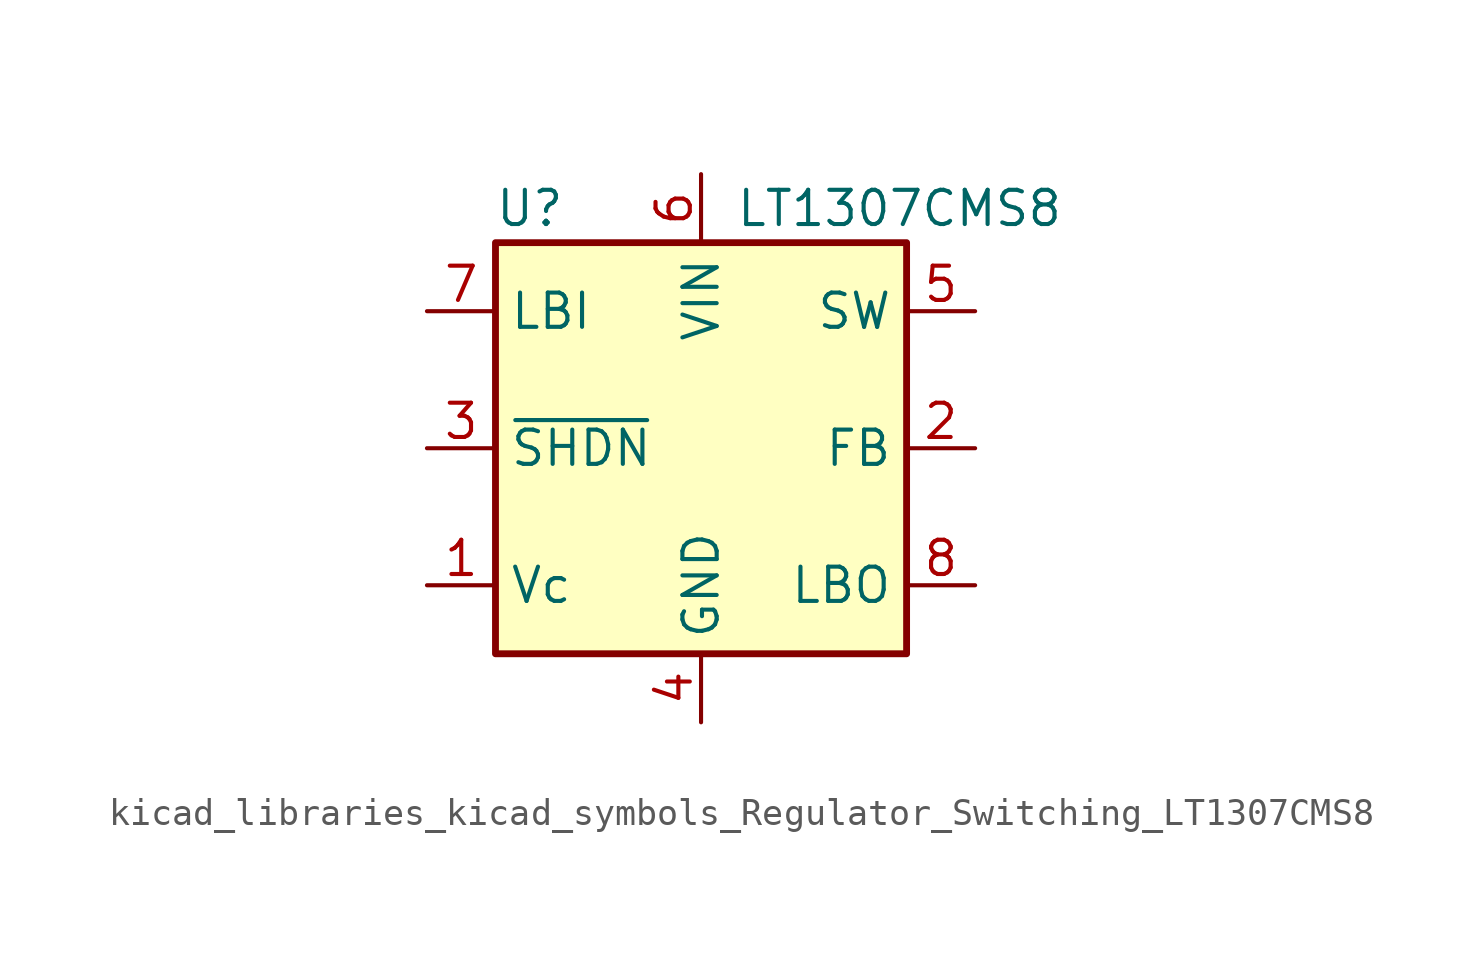
<source format=kicad_sym>
(kicad_symbol_lib
  (version 20220914)
  (generator kicad_symbol_editor)
  (symbol "kicad_libraries_kicad_symbols_Regulator_Switching_LT1307CMS8"
    (property "Reference" "U"
      (at -6.35 8.89 0)
      (effects (font (size 1.27 1.27))))
    (property "Value" "LT1307CMS8"
      (at 1.27 8.89 0)
      (effects (font (size 1.27 1.27)) (justify left)))
    (symbol "kicad_libraries_kicad_symbols_Regulator_Switching_LT1307CMS8_0_1"
      (rectangle (start -7.62 -7.62) (end 7.62 7.62) (stroke (width 0.254) (type default)) (fill (type background))))
    (symbol "kicad_libraries_kicad_symbols_Regulator_Switching_LT1307CMS8_1_1"
      (pin input line (at -10.16 -5.08 0) (length 2.54) (name "Vc" (effects (font (size 1.27 1.27)))) (number "1" (effects (font (size 1.27 1.27)))))
      (pin input line (at 10.16 0 180) (length 2.54) (name "FB" (effects (font (size 1.27 1.27)))) (number "2" (effects (font (size 1.27 1.27)))))
      (pin input line (at -10.16 0 0) (length 2.54) (name "~{SHDN}" (effects (font (size 1.27 1.27)))) (number "3" (effects (font (size 1.27 1.27)))))
      (pin power_in line (at 0 -10.16 90) (length 2.54) (name "GND" (effects (font (size 1.27 1.27)))) (number "4" (effects (font (size 1.27 1.27)))))
      (pin open_collector line (at 10.16 5.08 180) (length 2.54) (name "SW" (effects (font (size 1.27 1.27)))) (number "5" (effects (font (size 1.27 1.27)))))
      (pin power_in line (at 0 10.16 270) (length 2.54) (name "VIN" (effects (font (size 1.27 1.27)))) (number "6" (effects (font (size 1.27 1.27)))))
      (pin input line (at -10.16 5.08 0) (length 2.54) (name "LBI" (effects (font (size 1.27 1.27)))) (number "7" (effects (font (size 1.27 1.27)))))
      (pin output line (at 10.16 -5.08 180) (length 2.54) (name "LBO" (effects (font (size 1.27 1.27)))) (number "8" (effects (font (size 1.27 1.27))))))))
</source>
